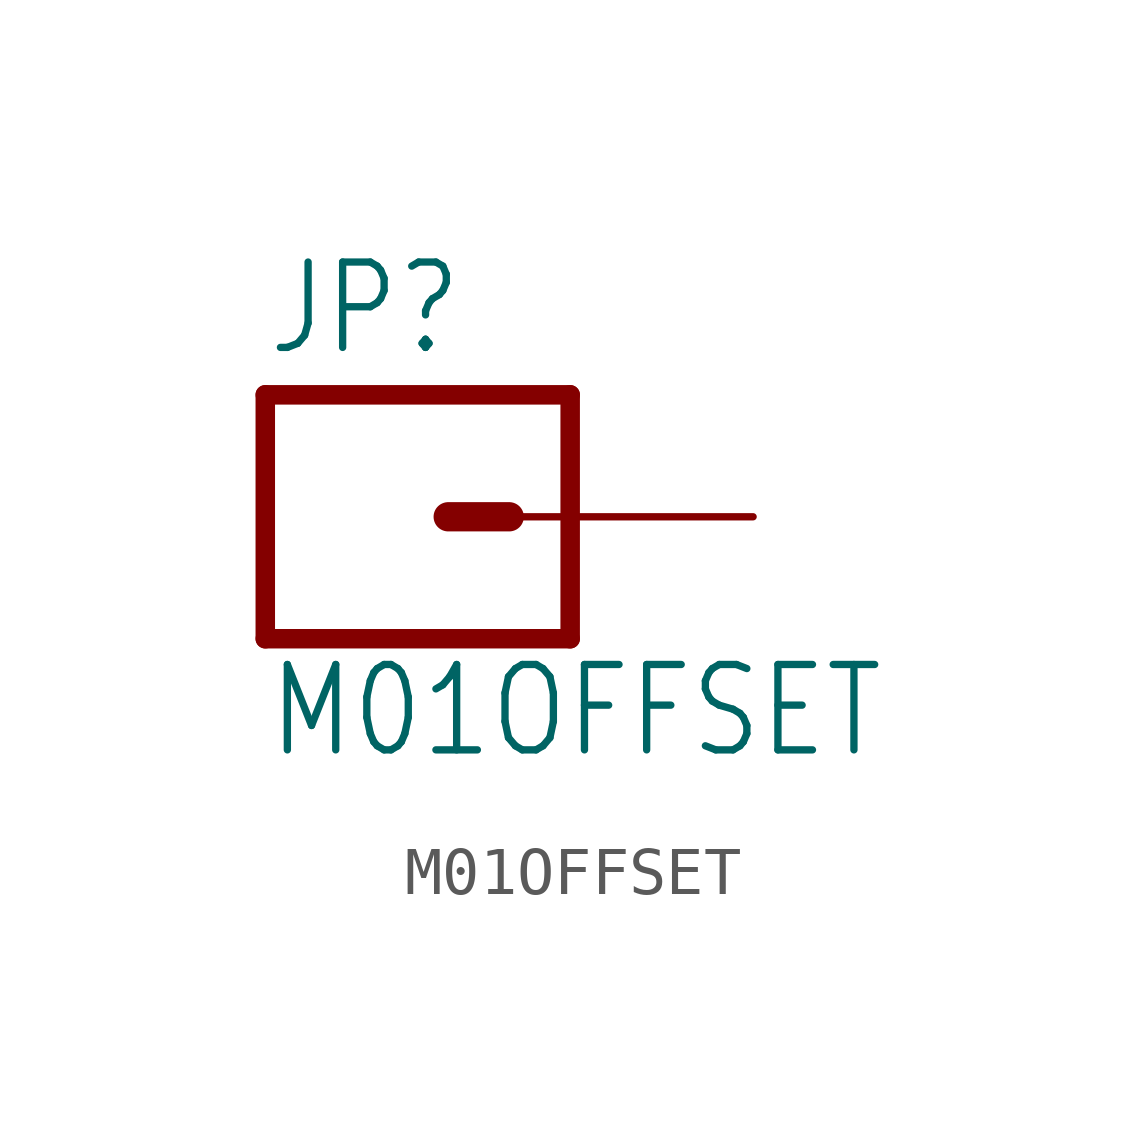
<source format=kicad_sym>
(kicad_symbol_lib
  (version 20211014)
  (generator kicad_symbol_editor)
  (symbol "M01OFFSET"
    (property "Reference" "JP"
      (at -2.54 3.302 0)
      (effects (font (size 1.778 1.511)) (justify left bottom)))
    (property "Value" "M01OFFSET"
      (at -2.54 -5.08 0)
      (effects (font (size 1.778 1.511)) (justify left bottom)))
    (property "ki_locked" ""
      (at 0 0 0)
      (effects (font (size 1.27 1.27))))
    (symbol "M01OFFSET_1_0"
      (polyline (pts (xy -2.54 2.54) (xy -2.54 -2.54)) (stroke (width 0.406) (type default) (color 0 0 0 0)) (fill (type none)))
      (polyline (pts (xy -2.54 2.54) (xy 3.81 2.54)) (stroke (width 0.406) (type default) (color 0 0 0 0)) (fill (type none)))
      (polyline (pts (xy 1.27 0) (xy 2.54 0)) (stroke (width 0.61) (type default) (color 0 0 0 0)) (fill (type none)))
      (polyline (pts (xy 3.81 -2.54) (xy -2.54 -2.54)) (stroke (width 0.406) (type default) (color 0 0 0 0)) (fill (type none)))
      (polyline (pts (xy 3.81 -2.54) (xy 3.81 2.54)) (stroke (width 0.406) (type default) (color 0 0 0 0)) (fill (type none)))
      (pin passive line (at 7.62 0 180) (length 5.08) (name "1" (effects (font (size 0 0)))) (number "1" (effects (font (size 0 0))))))))
</source>
